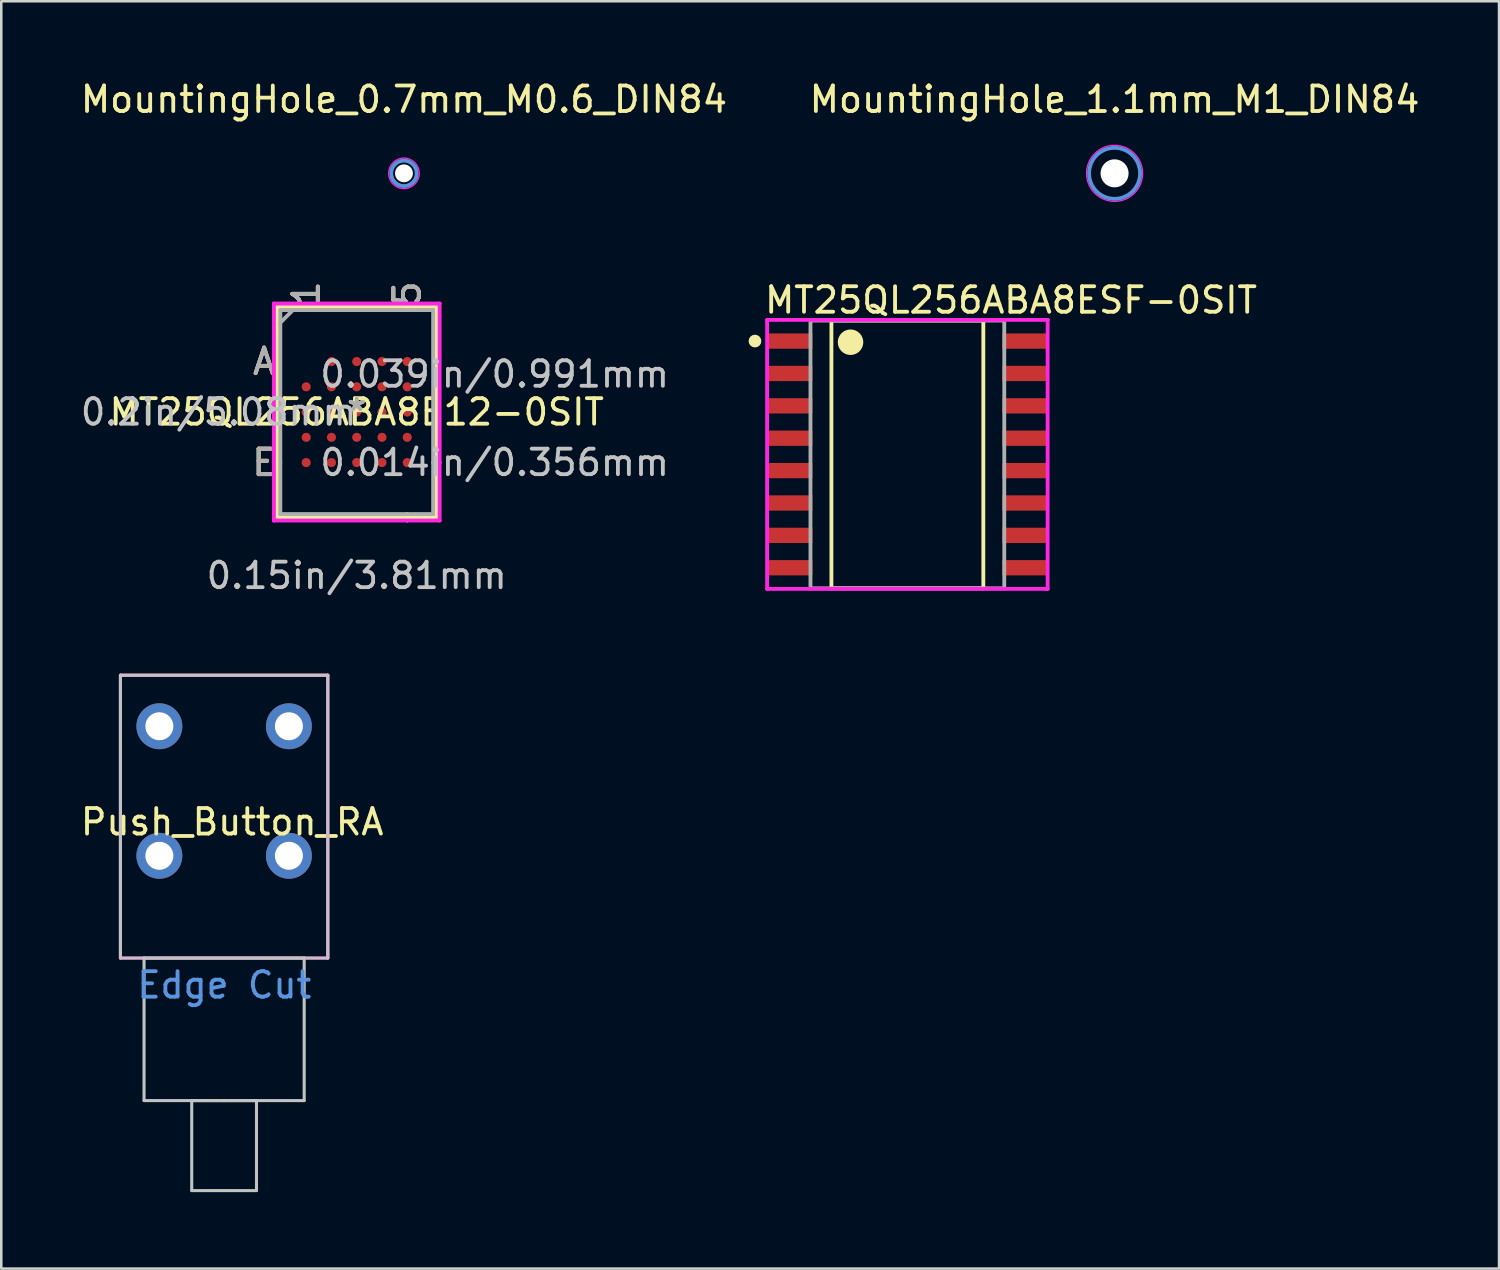
<source format=kicad_pcb>
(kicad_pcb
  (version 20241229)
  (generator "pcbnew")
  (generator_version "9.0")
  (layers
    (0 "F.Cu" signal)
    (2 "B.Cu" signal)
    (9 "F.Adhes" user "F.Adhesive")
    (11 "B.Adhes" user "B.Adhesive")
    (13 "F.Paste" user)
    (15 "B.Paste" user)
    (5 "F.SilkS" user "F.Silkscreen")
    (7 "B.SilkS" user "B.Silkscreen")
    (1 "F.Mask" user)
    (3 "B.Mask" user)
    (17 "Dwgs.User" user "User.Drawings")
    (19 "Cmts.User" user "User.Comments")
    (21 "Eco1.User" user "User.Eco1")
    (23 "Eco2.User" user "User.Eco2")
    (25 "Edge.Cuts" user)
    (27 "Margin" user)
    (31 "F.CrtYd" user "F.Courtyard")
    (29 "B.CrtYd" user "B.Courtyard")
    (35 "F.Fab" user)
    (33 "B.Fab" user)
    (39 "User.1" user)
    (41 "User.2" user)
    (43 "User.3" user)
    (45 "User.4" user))
  (footprint "MountingHole_1.1mm_M1_DIN84"
    (layer "F.Cu")
    (at 40.661 3.748)
    (property "Reference" "MountingHole_1.1mm_M1_DIN84" (at 0 -2.9 0) (layer "F.SilkS") (effects (font (size 1 1) (thickness 0.15))))
    (attr exclude_from_pos_files exclude_from_bom)
    (fp_circle (center 0 0) (end 1 0) (stroke (width 0.15) (type solid)) (fill no) (layer "Cmts.User"))
    (fp_circle (center 0 0) (end 1.1 0) (stroke (width 0.05) (type solid)) (fill no) (layer "F.CrtYd"))
    (pad "" np_thru_hole circle (at 0 0) (size 1.1 1.1) (drill 1.1) (layers "*.Cu" "*.Mask")))
  (footprint "MT25QL256ABA8E12-0SIT"
    (layer "F.Cu")
    (at 10.94 13.11)
    (property "Reference" "MT25QL256ABA8E12-0SIT" (at 0 0 0) (layer "F.SilkS") (effects (font (size 1 1) (thickness 0.15))))
    (attr through_hole)
    (fp_line (start -3.124 -4.128) (end -3.124 4.128) (stroke (width 0.152) (type solid)) (layer "F.SilkS"))
    (fp_line (start -3.124 4.128) (end 3.124 4.128) (stroke (width 0.152) (type solid)) (layer "F.SilkS"))
    (fp_line (start -2.997 1.981) (end -3.251 1.981) (stroke (width 0.152) (type solid)) (layer "F.SilkS"))
    (fp_line (start 1.981 -4) (end 1.981 -4.255) (stroke (width 0.152) (type solid)) (layer "F.SilkS"))
    (fp_line (start 1.981 4) (end 1.981 4.255) (stroke (width 0.152) (type solid)) (layer "F.SilkS"))
    (fp_line (start 2.997 1.981) (end 3.251 1.981) (stroke (width 0.152) (type solid)) (layer "F.SilkS"))
    (fp_line (start 3.124 -4.128) (end -3.124 -4.128) (stroke (width 0.152) (type solid)) (layer "F.SilkS"))
    (fp_line (start 3.124 4.128) (end 3.124 -4.128) (stroke (width 0.152) (type solid)) (layer "F.SilkS"))
    (fp_line (start -3.251 -4.255) (end 3.251 -4.255) (stroke (width 0.152) (type solid)) (layer "F.CrtYd"))
    (fp_line (start -3.251 4.255) (end -3.251 -4.255) (stroke (width 0.152) (type solid)) (layer "F.CrtYd"))
    (fp_line (start 3.251 -4.255) (end 3.251 4.255) (stroke (width 0.152) (type solid)) (layer "F.CrtYd"))
    (fp_line (start 3.251 4.255) (end -3.251 4.255) (stroke (width 0.152) (type solid)) (layer "F.CrtYd"))
    (fp_line (start -2.997 -4) (end -2.997 4) (stroke (width 0.152) (type solid)) (layer "F.Fab"))
    (fp_line (start -2.997 4) (end 2.997 4) (stroke (width 0.152) (type solid)) (layer "F.Fab"))
    (fp_line (start -2.502 -4) (end -2.997 -3.505) (stroke (width 0.152) (type solid)) (layer "F.Fab"))
    (fp_line (start 2.997 -4) (end -2.997 -4) (stroke (width 0.152) (type solid)) (layer "F.Fab"))
    (fp_line (start 2.997 4) (end 2.997 -4) (stroke (width 0.152) (type solid)) (layer "F.Fab"))
    (fp_text user "A" (at -3.632 -1.981 0) (layer "F.SilkS") (effects (font (size 1 1) (thickness 0.15))))
    (fp_text user "E" (at -3.632 1.981 0) (layer "F.SilkS") (effects (font (size 1 1) (thickness 0.15))))
    (fp_text user "*" (at 0 0 0) (layer "F.SilkS") (effects (font (size 1 1) (thickness 0.15))))
    (fp_text user "5" (at 1.981 -4.636 90) (layer "F.SilkS") (effects (font (size 1 1) (thickness 0.15))))
    (fp_text user "1" (at -1.981 -4.636 90) (layer "F.SilkS") (effects (font (size 1 1) (thickness 0.15))))
    (fp_text user "A" (at -3.632 -1.981 0) (layer "B.SilkS") (effects (font (size 1 1) (thickness 0.15))))
    (fp_text user "5" (at 1.981 -4.636 90) (layer "B.SilkS") (effects (font (size 1 1) (thickness 0.15))))
    (fp_text user "E" (at -3.632 1.981 0) (layer "B.SilkS") (effects (font (size 1 1) (thickness 0.15))))
    (fp_text user "1" (at -1.981 -4.636 90) (layer "B.SilkS") (effects (font (size 1 1) (thickness 0.15))))
    (fp_text user "0.2in/5.08mm" (at -5.41 0 0) (layer "Dwgs.User") (effects (font (size 1 1) (thickness 0.15))))
    (fp_text user "0.014in/0.356mm" (at 5.41 1.981 0) (layer "Dwgs.User") (effects (font (size 1 1) (thickness 0.15))))
    (fp_text user "0.15in/3.81mm" (at 0 6.413 0) (layer "Dwgs.User") (effects (font (size 1 1) (thickness 0.15))))
    (fp_text user "0.039in/0.991mm" (at 5.41 -1.486 0) (layer "Dwgs.User") (effects (font (size 1 1) (thickness 0.15))))
    (fp_text user "Copyright 2016 Accelerated Designs. All rights reserved." (at 0 0 0) (layer "Cmts.User") (effects (font (size 0.127 0.127) (thickness 0.002))))
    (fp_text user "E" (at -3.632 1.981 0) (layer "F.Fab") (effects (font (size 1 1) (thickness 0.15))))
    (fp_text user "1" (at -1.981 -4.636 90) (layer "F.Fab") (effects (font (size 1 1) (thickness 0.15))))
    (fp_text user "5" (at 1.981 -4.636 90) (layer "F.Fab") (effects (font (size 1 1) (thickness 0.15))))
    (fp_text user "A" (at -3.632 -1.981 0) (layer "F.Fab") (effects (font (size 1 1) (thickness 0.15))))
    (fp_text user "*" (at 0 0 0) (layer "F.Fab") (effects (font (size 1 1) (thickness 0.15))))
    (pad "A2" smd circle (at -0.991 -1.981) (size 0.356 0.356) (layers "F.Cu" "F.Mask" "F.Paste"))
    (pad "A3" smd circle (at 0 -1.981) (size 0.356 0.356) (layers "F.Cu" "F.Mask" "F.Paste"))
    (pad "A4" smd circle (at 0.991 -1.981) (size 0.356 0.356) (layers "F.Cu" "F.Mask" "F.Paste"))
    (pad "A5" smd circle (at 1.981 -1.981) (size 0.356 0.356) (layers "F.Cu" "F.Mask" "F.Paste"))
    (pad "B1" smd circle (at -1.981 -0.991) (size 0.356 0.356) (layers "F.Cu" "F.Mask" "F.Paste"))
    (pad "B2" smd circle (at -0.991 -0.991) (size 0.356 0.356) (layers "F.Cu" "F.Mask" "F.Paste"))
    (pad "B3" smd circle (at 0 -0.991) (size 0.356 0.356) (layers "F.Cu" "F.Mask" "F.Paste"))
    (pad "B4" smd circle (at 0.991 -0.991) (size 0.356 0.356) (layers "F.Cu" "F.Mask" "F.Paste"))
    (pad "B5" smd circle (at 1.981 -0.991) (size 0.356 0.356) (layers "F.Cu" "F.Mask" "F.Paste"))
    (pad "C1" smd circle (at -1.981 0) (size 0.356 0.356) (layers "F.Cu" "F.Mask" "F.Paste"))
    (pad "C2" smd circle (at -0.991 0) (size 0.356 0.356) (layers "F.Cu" "F.Mask" "F.Paste"))
    (pad "C3" smd circle (at 0 0) (size 0.356 0.356) (layers "F.Cu" "F.Mask" "F.Paste"))
    (pad "C4" smd circle (at 0.991 0) (size 0.356 0.356) (layers "F.Cu" "F.Mask" "F.Paste"))
    (pad "C5" smd circle (at 1.981 0) (size 0.356 0.356) (layers "F.Cu" "F.Mask" "F.Paste"))
    (pad "D1" smd circle (at -1.981 0.991) (size 0.356 0.356) (layers "F.Cu" "F.Mask" "F.Paste"))
    (pad "D2" smd circle (at -0.991 0.991) (size 0.356 0.356) (layers "F.Cu" "F.Mask" "F.Paste"))
    (pad "D3" smd circle (at 0 0.991) (size 0.356 0.356) (layers "F.Cu" "F.Mask" "F.Paste"))
    (pad "D4" smd circle (at 0.991 0.991) (size 0.356 0.356) (layers "F.Cu" "F.Mask" "F.Paste"))
    (pad "D5" smd circle (at 1.981 0.991) (size 0.356 0.356) (layers "F.Cu" "F.Mask" "F.Paste"))
    (pad "E1" smd circle (at -1.981 1.981) (size 0.356 0.356) (layers "F.Cu" "F.Mask" "F.Paste"))
    (pad "E2" smd circle (at -0.991 1.981) (size 0.356 0.356) (layers "F.Cu" "F.Mask" "F.Paste"))
    (pad "E3" smd circle (at 0 1.981) (size 0.356 0.356) (layers "F.Cu" "F.Mask" "F.Paste"))
    (pad "E4" smd circle (at 0.991 1.981) (size 0.356 0.356) (layers "F.Cu" "F.Mask" "F.Paste"))
    (pad "E5" smd circle (at 1.981 1.981) (size 0.356 0.356) (layers "F.Cu" "F.Mask" "F.Paste")))
  (footprint "MountingHole_0.7mm_M0.6_DIN84"
    (layer "F.Cu")
    (at 12.792 3.748)
    (property "Reference" "MountingHole_0.7mm_M0.6_DIN84" (at 0 -2.9 0) (layer "F.SilkS") (effects (font (size 1 1) (thickness 0.15))))
    (attr exclude_from_pos_files exclude_from_bom)
    (fp_circle (center 0 0) (end 0.5 0) (stroke (width 0.15) (type solid)) (fill no) (layer "Cmts.User"))
    (fp_circle (center 0 0) (end 0.6 0) (stroke (width 0.05) (type solid)) (fill no) (layer "F.CrtYd"))
    (pad "" np_thru_hole circle (at 0 0) (size 0.7 0.7) (drill 0.7) (layers "*.Cu" "*.Mask")))
  (footprint "MT25QL256ABA8ESF-0SIT"
    (layer "F.Cu")
    (at 32.535 14.771)
    (property "Reference" "MT25QL256ABA8ESF-0SIT" (at -5.677 -6.05 0) (layer "F.SilkS") (effects (font (size 1 1) (thickness 0.15)) (justify left)))
    (attr through_hole)
    (fp_line (start -2.979 -5.25) (end 2.979 -5.25) (stroke (width 0.15) (type solid)) (layer "F.SilkS"))
    (fp_line (start -2.979 5.25) (end -2.979 -5.25) (stroke (width 0.15) (type solid)) (layer "F.SilkS"))
    (fp_line (start 2.979 -5.25) (end 2.979 5.25) (stroke (width 0.15) (type solid)) (layer "F.SilkS"))
    (fp_line (start 2.979 5.25) (end -2.979 5.25) (stroke (width 0.15) (type solid)) (layer "F.SilkS"))
    (fp_circle (center -5.977 -4.445) (end -5.852 -4.445) (stroke (width 0.25) (type solid)) (fill no) (layer "F.SilkS"))
    (fp_circle (center -2.229 -4.4) (end -1.979 -4.4) (stroke (width 0.5) (type solid)) (fill no) (layer "F.SilkS"))
    (fp_line (start -5.5 -5.275) (end -5.5 5.275) (stroke (width 0.15) (type solid)) (layer "F.CrtYd"))
    (fp_line (start -5.5 5.275) (end 5.5 5.275) (stroke (width 0.15) (type solid)) (layer "F.CrtYd"))
    (fp_line (start 5.5 -5.275) (end -5.5 -5.275) (stroke (width 0.15) (type solid)) (layer "F.CrtYd"))
    (fp_line (start 5.5 -5.275) (end 5.5 -5.275) (stroke (width 0.15) (type solid)) (layer "F.CrtYd"))
    (fp_line (start 5.5 5.275) (end 5.5 -5.275) (stroke (width 0.15) (type solid)) (layer "F.CrtYd"))
    (fp_line (start -3.8 -5.25) (end 3.8 -5.25) (stroke (width 0.15) (type solid)) (layer "F.Fab"))
    (fp_line (start -3.8 5.25) (end -3.8 -5.25) (stroke (width 0.15) (type solid)) (layer "F.Fab"))
    (fp_line (start 3.8 -5.25) (end 3.8 5.25) (stroke (width 0.15) (type solid)) (layer "F.Fab"))
    (fp_line (start 3.8 5.25) (end -3.8 5.25) (stroke (width 0.15) (type solid)) (layer "F.Fab"))
    (pad "1" smd rect (at -4.6 -4.445) (size 1.75 0.6) (layers "F.Cu" "F.Mask" "F.Paste"))
    (pad "2" smd rect (at -4.6 -3.175) (size 1.75 0.6) (layers "F.Cu" "F.Mask" "F.Paste"))
    (pad "3" smd rect (at -4.6 -1.905) (size 1.75 0.6) (layers "F.Cu" "F.Mask" "F.Paste"))
    (pad "4" smd rect (at -4.6 -0.635) (size 1.75 0.6) (layers "F.Cu" "F.Mask" "F.Paste"))
    (pad "5" smd rect (at -4.6 0.635) (size 1.75 0.6) (layers "F.Cu" "F.Mask" "F.Paste"))
    (pad "6" smd rect (at -4.6 1.905) (size 1.75 0.6) (layers "F.Cu" "F.Mask" "F.Paste"))
    (pad "7" smd rect (at -4.6 3.175) (size 1.75 0.6) (layers "F.Cu" "F.Mask" "F.Paste"))
    (pad "8" smd rect (at -4.6 4.445) (size 1.75 0.6) (layers "F.Cu" "F.Mask" "F.Paste"))
    (pad "9" smd rect (at 4.6 4.445) (size 1.75 0.6) (layers "F.Cu" "F.Mask" "F.Paste"))
    (pad "10" smd rect (at 4.6 3.175) (size 1.75 0.6) (layers "F.Cu" "F.Mask" "F.Paste"))
    (pad "11" smd rect (at 4.6 1.905) (size 1.75 0.6) (layers "F.Cu" "F.Mask" "F.Paste"))
    (pad "12" smd rect (at 4.6 0.635) (size 1.75 0.6) (layers "F.Cu" "F.Mask" "F.Paste"))
    (pad "13" smd rect (at 4.6 -0.635) (size 1.75 0.6) (layers "F.Cu" "F.Mask" "F.Paste"))
    (pad "14" smd rect (at 4.6 -1.905) (size 1.75 0.6) (layers "F.Cu" "F.Mask" "F.Paste"))
    (pad "15" smd rect (at 4.6 -3.175) (size 1.75 0.6) (layers "F.Cu" "F.Mask" "F.Paste"))
    (pad "16" smd rect (at 4.6 -4.445) (size 1.75 0.6) (layers "F.Cu" "F.Mask" "F.Paste")))
  (footprint "Push_Button_RA"
    (layer "F.Cu")
    (at 2.481 33.128)
    (property "Reference" "Push_Button_RA" (at 3.573 -3.943 0) (layer "F.SilkS") (effects (font (size 1 1) (thickness 0.15))))
    (attr through_hole)
    (fp_line (start -0.807 -9.696) (end -0.807 1.394) (stroke (width 0.12) (type solid)) (layer "F.SilkS"))
    (fp_line (start -0.807 -9.696) (end 7.323 -9.696) (stroke (width 0.12) (type solid)) (layer "F.SilkS"))
    (fp_line (start 7.323 -9.696) (end 7.323 1.394) (stroke (width 0.12) (type solid)) (layer "F.SilkS"))
    (fp_line (start -0.807 -9.696) (end -0.807 1.394) (stroke (width 0.12) (type solid)) (layer "Dwgs.User"))
    (fp_line (start -0.807 1.394) (end 7.323 1.394) (stroke (width 0.12) (type solid)) (layer "Dwgs.User"))
    (fp_line (start 0.118 1.394) (end 0.118 6.984) (stroke (width 0.12) (type solid)) (layer "Dwgs.User"))
    (fp_line (start 0.118 6.984) (end 3.258 6.984) (stroke (width 0.12) (type solid)) (layer "Dwgs.User"))
    (fp_line (start 1.988 6.984) (end 1.988 10.514) (stroke (width 0.12) (type solid)) (layer "Dwgs.User"))
    (fp_line (start 1.988 10.514) (end 4.528 10.514) (stroke (width 0.12) (type solid)) (layer "Dwgs.User"))
    (fp_line (start 3.258 6.984) (end 1.988 6.984) (stroke (width 0.12) (type solid)) (layer "Dwgs.User"))
    (fp_line (start 3.258 6.984) (end 6.398 6.984) (stroke (width 0.12) (type solid)) (layer "Dwgs.User"))
    (fp_line (start 4.528 6.984) (end 3.258 6.984) (stroke (width 0.12) (type solid)) (layer "Dwgs.User"))
    (fp_line (start 4.528 10.514) (end 4.528 6.984) (stroke (width 0.12) (type solid)) (layer "Dwgs.User"))
    (fp_line (start 6.398 1.394) (end 0.118 1.394) (stroke (width 0.12) (type solid)) (layer "Dwgs.User"))
    (fp_line (start 6.398 6.984) (end 6.398 1.394) (stroke (width 0.12) (type solid)) (layer "Dwgs.User"))
    (fp_line (start 7.323 -9.696) (end -0.807 -9.696) (stroke (width 0.12) (type solid)) (layer "Dwgs.User"))
    (fp_line (start 7.323 1.394) (end 7.323 -9.696) (stroke (width 0.12) (type solid)) (layer "Dwgs.User"))
    (fp_line (start -0.807 -9.696) (end 7.323 -9.696) (stroke (width 0.12) (type solid)) (layer "F.CrtYd"))
    (fp_line (start -0.807 1.394) (end -0.807 -9.696) (stroke (width 0.12) (type solid)) (layer "F.CrtYd"))
    (fp_line (start 7.323 -9.696) (end 7.323 1.394) (stroke (width 0.12) (type solid)) (layer "F.CrtYd"))
    (fp_line (start 7.323 1.394) (end -0.807 1.394) (stroke (width 0.12) (type solid)) (layer "F.CrtYd"))
    (fp_text user "Edge Cut" (at 3.265 2.454 0) (layer "Cmts.User") (effects (font (size 1 1) (thickness 0.15))))
    (pad "1" thru_hole circle (at 0.719 -7.696) (size 1.8 1.8) (drill 1.1) (layers "*.Cu" "*.Mask"))
    (pad "2" thru_hole circle (at 5.799 -7.696) (size 1.8 1.8) (drill 1.1) (layers "*.Cu" "*.Mask"))
    (pad "3" thru_hole circle (at 0.719 -2.616) (size 1.8 1.8) (drill 1.1) (layers "*.Cu" "*.Mask"))
    (pad "4" thru_hole circle (at 5.799 -2.616) (size 1.8 1.8) (drill 1.1) (layers "*.Cu" "*.Mask")))
  (gr_rect
    (start -3 -3)
    (end 55.738 46.702)
    (stroke (width 0.1) (type default))
    (fill no)
    (layer "Edge.Cuts")))
</source>
